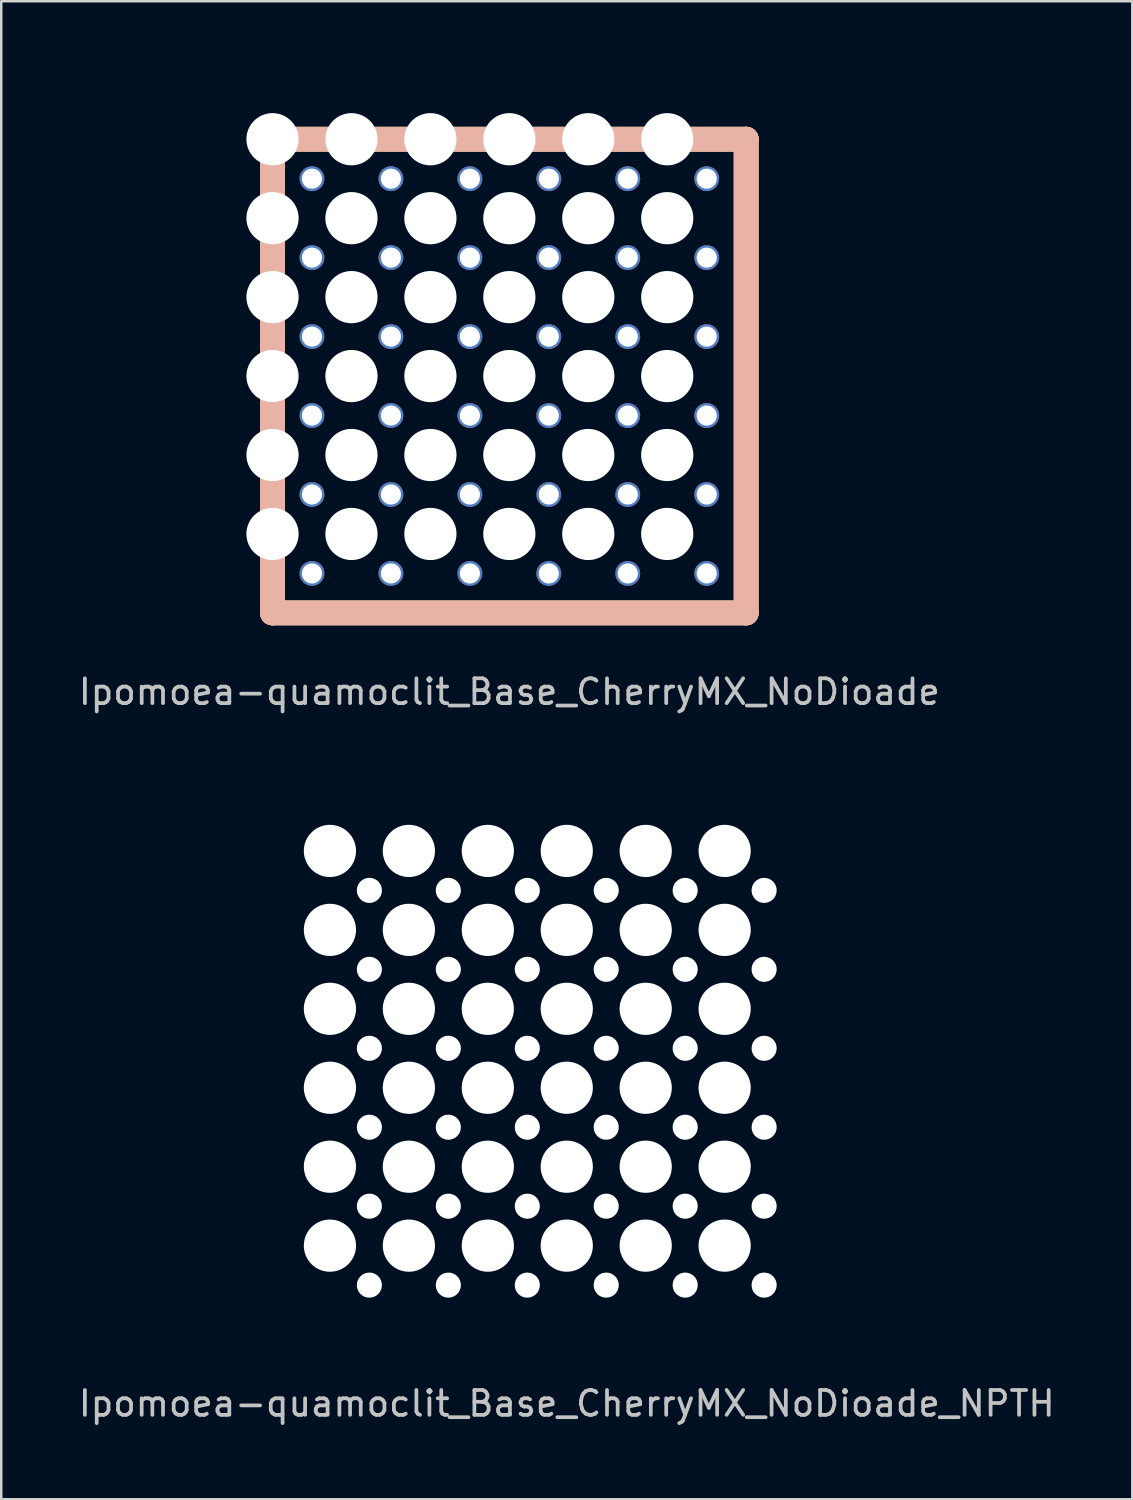
<source format=kicad_pcb>
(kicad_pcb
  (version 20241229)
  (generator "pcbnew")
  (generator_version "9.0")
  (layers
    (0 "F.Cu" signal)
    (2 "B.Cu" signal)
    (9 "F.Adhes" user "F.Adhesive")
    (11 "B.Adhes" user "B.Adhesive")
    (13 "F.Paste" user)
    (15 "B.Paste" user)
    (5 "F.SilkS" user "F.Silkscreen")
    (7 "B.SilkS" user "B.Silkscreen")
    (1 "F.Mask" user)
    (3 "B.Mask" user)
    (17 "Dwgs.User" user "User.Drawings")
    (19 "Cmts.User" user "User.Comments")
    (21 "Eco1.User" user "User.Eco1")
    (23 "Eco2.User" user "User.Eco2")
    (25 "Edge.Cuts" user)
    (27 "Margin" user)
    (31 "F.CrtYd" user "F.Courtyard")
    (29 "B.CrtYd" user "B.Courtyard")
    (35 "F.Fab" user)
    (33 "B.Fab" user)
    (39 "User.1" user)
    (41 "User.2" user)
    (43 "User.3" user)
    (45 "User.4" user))
  (footprint "Ipomoea-quamoclit_Base_CherryMX_NoDioade_NPTH"
    (layer "F.Cu")
    (at 19.744 40.698)
    (property "Reference" "Ipomoea-quamoclit_Base_CherryMX_NoDioade_NPTH" (at 0 12.7 0) (layer "Dwgs.User") (effects (font (size 1 1) (thickness 0.15))))
    (attr through_hole)
    (fp_line (start -12 -12) (end -12 12) (stroke (width 0.15) (type solid)) (layer "Eco1.User"))
    (fp_line (start -12 -12) (end 12 -12) (stroke (width 0.15) (type solid)) (layer "Eco1.User"))
    (fp_line (start -12 12) (end 12 12) (stroke (width 0.15) (type solid)) (layer "Eco1.User"))
    (fp_line (start -7 -7) (end -7 7) (stroke (width 0.15) (type solid)) (layer "Eco1.User"))
    (fp_line (start -7 -7) (end 7 -7) (stroke (width 0.15) (type solid)) (layer "Eco1.User"))
    (fp_line (start -7 7) (end 7 7) (stroke (width 0.15) (type solid)) (layer "Eco1.User"))
    (fp_line (start 7 7) (end 7 -7) (stroke (width 0.15) (type solid)) (layer "Eco1.User"))
    (fp_line (start 12 12) (end 12 -12) (stroke (width 0.15) (type solid)) (layer "Eco1.User"))
    (pad "" np_thru_hole circle (at -9.525 -9.525) (size 2.1 2.1) (drill 2.1) (layers "*.Cu" "*.Mask"))
    (pad "" np_thru_hole circle (at -9.525 -6.35) (size 2.1 2.1) (drill 2.1) (layers "*.Cu" "*.Mask"))
    (pad "" np_thru_hole circle (at -9.525 -3.175) (size 2.1 2.1) (drill 2.1) (layers "*.Cu" "*.Mask"))
    (pad "" np_thru_hole circle (at -9.525 0) (size 2.1 2.1) (drill 2.1) (layers "*.Cu" "*.Mask"))
    (pad "" np_thru_hole circle (at -9.525 3.175) (size 2.1 2.1) (drill 2.1) (layers "*.Cu" "*.Mask"))
    (pad "" np_thru_hole circle (at -9.525 6.35) (size 2.1 2.1) (drill 2.1) (layers "*.Cu" "*.Mask"))
    (pad "" np_thru_hole circle (at -7.938 -7.938) (size 1.01 1.01) (drill 1.01) (layers "*.Cu" "*.Mask"))
    (pad "" np_thru_hole circle (at -7.938 -4.763) (size 1.01 1.01) (drill 1.01) (layers "*.Cu" "*.Mask"))
    (pad "" np_thru_hole circle (at -7.938 -1.587) (size 1.01 1.01) (drill 1.01) (layers "*.Cu" "*.Mask"))
    (pad "" np_thru_hole circle (at -7.938 1.587) (size 1.01 1.01) (drill 1.01) (layers "*.Cu" "*.Mask"))
    (pad "" np_thru_hole circle (at -7.938 4.763) (size 1.01 1.01) (drill 1.01) (layers "*.Cu" "*.Mask"))
    (pad "" np_thru_hole circle (at -7.938 7.938) (size 1.01 1.01) (drill 1.01) (layers "*.Cu" "*.Mask"))
    (pad "" np_thru_hole circle (at -6.35 -9.525) (size 2.1 2.1) (drill 2.1) (layers "*.Cu" "*.Mask"))
    (pad "" np_thru_hole circle (at -6.35 -6.35) (size 2.1 2.1) (drill 2.1) (layers "*.Cu" "*.Mask"))
    (pad "" np_thru_hole circle (at -6.35 -3.175) (size 2.1 2.1) (drill 2.1) (layers "*.Cu" "*.Mask"))
    (pad "" np_thru_hole circle (at -6.35 0) (size 2.1 2.1) (drill 2.1) (layers "*.Cu" "*.Mask"))
    (pad "" np_thru_hole circle (at -6.35 3.175) (size 2.1 2.1) (drill 2.1) (layers "*.Cu" "*.Mask"))
    (pad "" np_thru_hole circle (at -6.35 6.35) (size 2.1 2.1) (drill 2.1) (layers "*.Cu" "*.Mask"))
    (pad "" np_thru_hole circle (at -4.763 -7.938) (size 1.01 1.01) (drill 1.01) (layers "*.Cu" "*.Mask"))
    (pad "" np_thru_hole circle (at -4.763 -4.763) (size 1.01 1.01) (drill 1.01) (layers "*.Cu" "*.Mask"))
    (pad "" np_thru_hole circle (at -4.763 -1.587) (size 1.01 1.01) (drill 1.01) (layers "*.Cu" "*.Mask"))
    (pad "" np_thru_hole circle (at -4.763 1.587) (size 1.01 1.01) (drill 1.01) (layers "*.Cu" "*.Mask"))
    (pad "" np_thru_hole circle (at -4.763 4.763) (size 1.01 1.01) (drill 1.01) (layers "*.Cu" "*.Mask"))
    (pad "" np_thru_hole circle (at -4.763 7.938) (size 1.01 1.01) (drill 1.01) (layers "*.Cu" "*.Mask"))
    (pad "" np_thru_hole circle (at -3.175 -9.525) (size 2.1 2.1) (drill 2.1) (layers "*.Cu" "*.Mask"))
    (pad "" np_thru_hole circle (at -3.175 -6.35) (size 2.1 2.1) (drill 2.1) (layers "*.Cu" "*.Mask"))
    (pad "" np_thru_hole circle (at -3.175 -3.175) (size 2.1 2.1) (drill 2.1) (layers "*.Cu" "*.Mask"))
    (pad "" np_thru_hole circle (at -3.175 0) (size 2.1 2.1) (drill 2.1) (layers "*.Cu" "*.Mask"))
    (pad "" np_thru_hole circle (at -3.175 3.175) (size 2.1 2.1) (drill 2.1) (layers "*.Cu" "*.Mask"))
    (pad "" np_thru_hole circle (at -3.175 6.35) (size 2.1 2.1) (drill 2.1) (layers "*.Cu" "*.Mask"))
    (pad "" np_thru_hole circle (at -1.587 -7.938) (size 1.01 1.01) (drill 1.01) (layers "*.Cu" "*.Mask"))
    (pad "" np_thru_hole circle (at -1.587 -4.763) (size 1.01 1.01) (drill 1.01) (layers "*.Cu" "*.Mask"))
    (pad "" np_thru_hole circle (at -1.587 -1.587) (size 1.01 1.01) (drill 1.01) (layers "*.Cu" "*.Mask"))
    (pad "" np_thru_hole circle (at -1.587 1.587) (size 1.01 1.01) (drill 1.01) (layers "*.Cu" "*.Mask"))
    (pad "" np_thru_hole circle (at -1.587 4.763) (size 1.01 1.01) (drill 1.01) (layers "*.Cu" "*.Mask"))
    (pad "" np_thru_hole circle (at -1.587 7.938) (size 1.01 1.01) (drill 1.01) (layers "*.Cu" "*.Mask"))
    (pad "" np_thru_hole circle (at 0 -9.525) (size 2.1 2.1) (drill 2.1) (layers "*.Cu" "*.Mask"))
    (pad "" np_thru_hole circle (at 0 -6.35) (size 2.1 2.1) (drill 2.1) (layers "*.Cu" "*.Mask"))
    (pad "" np_thru_hole circle (at 0 -3.175) (size 2.1 2.1) (drill 2.1) (layers "*.Cu" "*.Mask"))
    (pad "" np_thru_hole circle (at 0 0) (size 2.1 2.1) (drill 2.1) (layers "*.Cu" "*.Mask"))
    (pad "" np_thru_hole circle (at 0 3.175) (size 2.1 2.1) (drill 2.1) (layers "*.Cu" "*.Mask"))
    (pad "" np_thru_hole circle (at 0 6.35) (size 2.1 2.1) (drill 2.1) (layers "*.Cu" "*.Mask"))
    (pad "" np_thru_hole circle (at 1.587 -7.938) (size 1.01 1.01) (drill 1.01) (layers "*.Cu" "*.Mask"))
    (pad "" np_thru_hole circle (at 1.587 -4.763) (size 1.01 1.01) (drill 1.01) (layers "*.Cu" "*.Mask"))
    (pad "" np_thru_hole circle (at 1.587 -1.587) (size 1.01 1.01) (drill 1.01) (layers "*.Cu" "*.Mask"))
    (pad "" np_thru_hole circle (at 1.587 1.587) (size 1.01 1.01) (drill 1.01) (layers "*.Cu" "*.Mask"))
    (pad "" np_thru_hole circle (at 1.587 4.763) (size 1.01 1.01) (drill 1.01) (layers "*.Cu" "*.Mask"))
    (pad "" np_thru_hole circle (at 1.587 7.938) (size 1.01 1.01) (drill 1.01) (layers "*.Cu" "*.Mask"))
    (pad "" np_thru_hole circle (at 3.175 -9.525) (size 2.1 2.1) (drill 2.1) (layers "*.Cu" "*.Mask"))
    (pad "" np_thru_hole circle (at 3.175 -6.35) (size 2.1 2.1) (drill 2.1) (layers "*.Cu" "*.Mask"))
    (pad "" np_thru_hole circle (at 3.175 -3.175) (size 2.1 2.1) (drill 2.1) (layers "*.Cu" "*.Mask"))
    (pad "" np_thru_hole circle (at 3.175 0) (size 2.1 2.1) (drill 2.1) (layers "*.Cu" "*.Mask"))
    (pad "" np_thru_hole circle (at 3.175 3.175) (size 2.1 2.1) (drill 2.1) (layers "*.Cu" "*.Mask"))
    (pad "" np_thru_hole circle (at 3.175 6.35) (size 2.1 2.1) (drill 2.1) (layers "*.Cu" "*.Mask"))
    (pad "" np_thru_hole circle (at 4.763 -7.938) (size 1.01 1.01) (drill 1.01) (layers "*.Cu" "*.Mask"))
    (pad "" np_thru_hole circle (at 4.763 -4.763) (size 1.01 1.01) (drill 1.01) (layers "*.Cu" "*.Mask"))
    (pad "" np_thru_hole circle (at 4.763 -1.587) (size 1.01 1.01) (drill 1.01) (layers "*.Cu" "*.Mask"))
    (pad "" np_thru_hole circle (at 4.763 1.587) (size 1.01 1.01) (drill 1.01) (layers "*.Cu" "*.Mask"))
    (pad "" np_thru_hole circle (at 4.763 4.763) (size 1.01 1.01) (drill 1.01) (layers "*.Cu" "*.Mask"))
    (pad "" np_thru_hole circle (at 4.763 7.938) (size 1.01 1.01) (drill 1.01) (layers "*.Cu" "*.Mask"))
    (pad "" np_thru_hole circle (at 6.35 -9.525) (size 2.1 2.1) (drill 2.1) (layers "*.Cu" "*.Mask"))
    (pad "" np_thru_hole circle (at 6.35 -6.35) (size 2.1 2.1) (drill 2.1) (layers "*.Cu" "*.Mask"))
    (pad "" np_thru_hole circle (at 6.35 -3.175) (size 2.1 2.1) (drill 2.1) (layers "*.Cu" "*.Mask"))
    (pad "" np_thru_hole circle (at 6.35 0) (size 2.1 2.1) (drill 2.1) (layers "*.Cu" "*.Mask"))
    (pad "" np_thru_hole circle (at 6.35 3.175) (size 2.1 2.1) (drill 2.1) (layers "*.Cu" "*.Mask"))
    (pad "" np_thru_hole circle (at 6.35 6.35) (size 2.1 2.1) (drill 2.1) (layers "*.Cu" "*.Mask"))
    (pad "" np_thru_hole circle (at 7.938 -7.938) (size 1.01 1.01) (drill 1.01) (layers "*.Cu" "*.Mask"))
    (pad "" np_thru_hole circle (at 7.938 -4.763) (size 1.01 1.01) (drill 1.01) (layers "*.Cu" "*.Mask"))
    (pad "" np_thru_hole circle (at 7.938 -1.587) (size 1.01 1.01) (drill 1.01) (layers "*.Cu" "*.Mask"))
    (pad "" np_thru_hole circle (at 7.938 1.587) (size 1.01 1.01) (drill 1.01) (layers "*.Cu" "*.Mask"))
    (pad "" np_thru_hole circle (at 7.938 4.763) (size 1.01 1.01) (drill 1.01) (layers "*.Cu" "*.Mask"))
    (pad "" np_thru_hole circle (at 7.938 7.938) (size 1.01 1.01) (drill 1.01) (layers "*.Cu" "*.Mask")))
  (footprint "Ipomoea-quamoclit_Base_CherryMX_NoDioade"
    (layer "F.Cu")
    (at 17.435 12.075)
    (property "Reference" "Ipomoea-quamoclit_Base_CherryMX_NoDioade" (at 0 12.7 0) (layer "Dwgs.User") (effects (font (size 1 1) (thickness 0.15))))
    (attr through_hole)
    (fp_line (start -9.525 -9.525) (end 9.525 -9.525) (stroke (width 1) (type solid)) (layer "F.SilkS"))
    (fp_line (start -9.525 9.525) (end -9.525 -9.525) (stroke (width 1) (type solid)) (layer "F.SilkS"))
    (fp_line (start -9.525 9.525) (end 9.525 9.525) (stroke (width 1) (type solid)) (layer "F.SilkS"))
    (fp_line (start 9.525 9.525) (end 9.525 -9.525) (stroke (width 1) (type solid)) (layer "F.SilkS"))
    (fp_line (start -9.525 -9.525) (end -9.525 9.525) (stroke (width 1) (type solid)) (layer "B.SilkS"))
    (fp_line (start -9.525 -9.525) (end 9.525 -9.525) (stroke (width 1) (type solid)) (layer "B.SilkS"))
    (fp_line (start -9.525 9.525) (end 9.525 9.525) (stroke (width 1) (type solid)) (layer "B.SilkS"))
    (fp_line (start 9.525 -9.525) (end 9.525 9.525) (stroke (width 1) (type solid)) (layer "B.SilkS"))
    (fp_line (start -12 -12) (end -12 12) (stroke (width 0.15) (type solid)) (layer "Eco1.User"))
    (fp_line (start -12 -12) (end 12 -12) (stroke (width 0.15) (type solid)) (layer "Eco1.User"))
    (fp_line (start -12 12) (end 12 12) (stroke (width 0.15) (type solid)) (layer "Eco1.User"))
    (fp_line (start -7 -7) (end -7 7) (stroke (width 0.15) (type solid)) (layer "Eco1.User"))
    (fp_line (start -7 -7) (end 7 -7) (stroke (width 0.15) (type solid)) (layer "Eco1.User"))
    (fp_line (start -7 7) (end 7 7) (stroke (width 0.15) (type solid)) (layer "Eco1.User"))
    (fp_line (start 7 7) (end 7 -7) (stroke (width 0.15) (type solid)) (layer "Eco1.User"))
    (fp_line (start 12 12) (end 12 -12) (stroke (width 0.15) (type solid)) (layer "Eco1.User"))
    (pad "" np_thru_hole circle (at -9.525 -9.525) (size 2.1 2.1) (drill 2.1) (layers "*.Cu" "*.Mask"))
    (pad "" np_thru_hole circle (at -9.525 -6.35) (size 2.1 2.1) (drill 2.1) (layers "*.Cu" "*.Mask"))
    (pad "" np_thru_hole circle (at -9.525 -3.175) (size 2.1 2.1) (drill 2.1) (layers "*.Cu" "*.Mask"))
    (pad "" np_thru_hole circle (at -9.525 0) (size 2.1 2.1) (drill 2.1) (layers "*.Cu" "*.Mask"))
    (pad "" np_thru_hole circle (at -9.525 3.175) (size 2.1 2.1) (drill 2.1) (layers "*.Cu" "*.Mask"))
    (pad "" np_thru_hole circle (at -9.525 6.35) (size 2.1 2.1) (drill 2.1) (layers "*.Cu" "*.Mask"))
    (pad "" np_thru_hole circle (at -6.35 -9.525) (size 2.1 2.1) (drill 2.1) (layers "*.Cu" "*.Mask"))
    (pad "" np_thru_hole circle (at -6.35 -6.35) (size 2.1 2.1) (drill 2.1) (layers "*.Cu" "*.Mask"))
    (pad "" np_thru_hole circle (at -6.35 -3.175) (size 2.1 2.1) (drill 2.1) (layers "*.Cu" "*.Mask"))
    (pad "" np_thru_hole circle (at -6.35 0) (size 2.1 2.1) (drill 2.1) (layers "*.Cu" "*.Mask"))
    (pad "" np_thru_hole circle (at -6.35 3.175) (size 2.1 2.1) (drill 2.1) (layers "*.Cu" "*.Mask"))
    (pad "" np_thru_hole circle (at -6.35 6.35) (size 2.1 2.1) (drill 2.1) (layers "*.Cu" "*.Mask"))
    (pad "" np_thru_hole circle (at -3.175 -9.525) (size 2.1 2.1) (drill 2.1) (layers "*.Cu" "*.Mask"))
    (pad "" np_thru_hole circle (at -3.175 -6.35) (size 2.1 2.1) (drill 2.1) (layers "*.Cu" "*.Mask"))
    (pad "" np_thru_hole circle (at -3.175 -3.175) (size 2.1 2.1) (drill 2.1) (layers "*.Cu" "*.Mask"))
    (pad "" np_thru_hole circle (at -3.175 0) (size 2.1 2.1) (drill 2.1) (layers "*.Cu" "*.Mask"))
    (pad "" np_thru_hole circle (at -3.175 3.175) (size 2.1 2.1) (drill 2.1) (layers "*.Cu" "*.Mask"))
    (pad "" np_thru_hole circle (at -3.175 6.35) (size 2.1 2.1) (drill 2.1) (layers "*.Cu" "*.Mask"))
    (pad "" np_thru_hole circle (at 0 -9.525) (size 2.1 2.1) (drill 2.1) (layers "*.Cu" "*.Mask"))
    (pad "" np_thru_hole circle (at 0 -6.35) (size 2.1 2.1) (drill 2.1) (layers "*.Cu" "*.Mask"))
    (pad "" np_thru_hole circle (at 0 -3.175) (size 2.1 2.1) (drill 2.1) (layers "*.Cu" "*.Mask"))
    (pad "" np_thru_hole circle (at 0 0) (size 2.1 2.1) (drill 2.1) (layers "*.Cu" "*.Mask"))
    (pad "" np_thru_hole circle (at 0 3.175) (size 2.1 2.1) (drill 2.1) (layers "*.Cu" "*.Mask"))
    (pad "" np_thru_hole circle (at 0 6.35) (size 2.1 2.1) (drill 2.1) (layers "*.Cu" "*.Mask"))
    (pad "" np_thru_hole circle (at 3.175 -9.525) (size 2.1 2.1) (drill 2.1) (layers "*.Cu" "*.Mask"))
    (pad "" np_thru_hole circle (at 3.175 -6.35) (size 2.1 2.1) (drill 2.1) (layers "*.Cu" "*.Mask"))
    (pad "" np_thru_hole circle (at 3.175 -3.175) (size 2.1 2.1) (drill 2.1) (layers "*.Cu" "*.Mask"))
    (pad "" np_thru_hole circle (at 3.175 0) (size 2.1 2.1) (drill 2.1) (layers "*.Cu" "*.Mask"))
    (pad "" np_thru_hole circle (at 3.175 3.175) (size 2.1 2.1) (drill 2.1) (layers "*.Cu" "*.Mask"))
    (pad "" np_thru_hole circle (at 3.175 6.35) (size 2.1 2.1) (drill 2.1) (layers "*.Cu" "*.Mask"))
    (pad "" np_thru_hole circle (at 6.35 -9.525) (size 2.1 2.1) (drill 2.1) (layers "*.Cu" "*.Mask"))
    (pad "" np_thru_hole circle (at 6.35 -6.35) (size 2.1 2.1) (drill 2.1) (layers "*.Cu" "*.Mask"))
    (pad "" np_thru_hole circle (at 6.35 -3.175) (size 2.1 2.1) (drill 2.1) (layers "*.Cu" "*.Mask"))
    (pad "" np_thru_hole circle (at 6.35 0) (size 2.1 2.1) (drill 2.1) (layers "*.Cu" "*.Mask"))
    (pad "" np_thru_hole circle (at 6.35 3.175) (size 2.1 2.1) (drill 2.1) (layers "*.Cu" "*.Mask"))
    (pad "" np_thru_hole circle (at 6.35 6.35) (size 2.1 2.1) (drill 2.1) (layers "*.Cu" "*.Mask"))
    (pad "1" thru_hole circle (at -7.938 -7.938) (size 1 1) (drill 0.81) (layers "*.Cu" "*.Mask"))
    (pad "1" thru_hole circle (at -7.938 -4.763) (size 1 1) (drill 0.81) (layers "*.Cu" "*.Mask"))
    (pad "1" thru_hole circle (at -7.938 -1.587) (size 1 1) (drill 0.81) (layers "*.Cu" "*.Mask"))
    (pad "1" thru_hole circle (at -7.938 1.587) (size 1 1) (drill 0.81) (layers "*.Cu" "*.Mask"))
    (pad "1" thru_hole circle (at -7.938 4.763) (size 1 1) (drill 0.81) (layers "*.Cu" "*.Mask"))
    (pad "1" thru_hole circle (at -7.938 7.938) (size 1 1) (drill 0.81) (layers "*.Cu" "*.Mask"))
    (pad "1" thru_hole circle (at -1.587 -7.938) (size 1 1) (drill 0.81) (layers "*.Cu" "*.Mask"))
    (pad "1" thru_hole circle (at -1.587 -4.763) (size 1 1) (drill 0.81) (layers "*.Cu" "*.Mask"))
    (pad "1" thru_hole circle (at -1.587 -1.587) (size 1 1) (drill 0.81) (layers "*.Cu" "*.Mask"))
    (pad "1" thru_hole circle (at -1.587 1.587) (size 1 1) (drill 0.81) (layers "*.Cu" "*.Mask"))
    (pad "1" thru_hole circle (at -1.587 4.763) (size 1 1) (drill 0.81) (layers "*.Cu" "*.Mask"))
    (pad "1" thru_hole circle (at -1.587 7.938) (size 1 1) (drill 0.81) (layers "*.Cu" "*.Mask"))
    (pad "1" thru_hole circle (at 4.763 -7.938) (size 1 1) (drill 0.81) (layers "*.Cu" "*.Mask"))
    (pad "1" thru_hole circle (at 4.763 -4.763) (size 1 1) (drill 0.81) (layers "*.Cu" "*.Mask"))
    (pad "1" thru_hole circle (at 4.763 -1.587) (size 1 1) (drill 0.81) (layers "*.Cu" "*.Mask"))
    (pad "1" thru_hole circle (at 4.763 1.587) (size 1 1) (drill 0.81) (layers "*.Cu" "*.Mask"))
    (pad "1" thru_hole circle (at 4.763 4.763) (size 1 1) (drill 0.81) (layers "*.Cu" "*.Mask"))
    (pad "1" thru_hole circle (at 4.763 7.938) (size 1 1) (drill 0.81) (layers "*.Cu" "*.Mask"))
    (pad "2" thru_hole circle (at -4.763 -7.938) (size 1 1) (drill 0.81) (layers "*.Cu" "*.Mask"))
    (pad "2" thru_hole circle (at -4.763 -4.763) (size 1 1) (drill 0.81) (layers "*.Cu" "*.Mask"))
    (pad "2" thru_hole circle (at -4.763 -1.587) (size 1 1) (drill 0.81) (layers "*.Cu" "*.Mask"))
    (pad "2" thru_hole circle (at -4.763 1.587) (size 1 1) (drill 0.81) (layers "*.Cu" "*.Mask"))
    (pad "2" thru_hole circle (at -4.763 4.763) (size 1 1) (drill 0.81) (layers "*.Cu" "*.Mask"))
    (pad "2" thru_hole circle (at -4.763 7.938) (size 1 1) (drill 0.81) (layers "*.Cu" "*.Mask"))
    (pad "2" thru_hole circle (at 1.587 -7.938) (size 1 1) (drill 0.81) (layers "*.Cu" "*.Mask"))
    (pad "2" thru_hole circle (at 1.587 -4.763) (size 1 1) (drill 0.81) (layers "*.Cu" "*.Mask"))
    (pad "2" thru_hole circle (at 1.587 -1.587) (size 1 1) (drill 0.81) (layers "*.Cu" "*.Mask"))
    (pad "2" thru_hole circle (at 1.587 1.587) (size 1 1) (drill 0.81) (layers "*.Cu" "*.Mask"))
    (pad "2" thru_hole circle (at 1.587 4.763) (size 1 1) (drill 0.81) (layers "*.Cu" "*.Mask"))
    (pad "2" thru_hole circle (at 1.587 7.938) (size 1 1) (drill 0.81) (layers "*.Cu" "*.Mask"))
    (pad "2" thru_hole circle (at 7.938 -7.938) (size 1 1) (drill 0.81) (layers "*.Cu" "*.Mask"))
    (pad "2" thru_hole circle (at 7.938 -4.763) (size 1 1) (drill 0.81) (layers "*.Cu" "*.Mask"))
    (pad "2" thru_hole circle (at 7.938 -1.587) (size 1 1) (drill 0.81) (layers "*.Cu" "*.Mask"))
    (pad "2" thru_hole circle (at 7.938 1.587) (size 1 1) (drill 0.81) (layers "*.Cu" "*.Mask"))
    (pad "2" thru_hole circle (at 7.938 4.763) (size 1 1) (drill 0.81) (layers "*.Cu" "*.Mask"))
    (pad "2" thru_hole circle (at 7.938 7.938) (size 1 1) (drill 0.81) (layers "*.Cu" "*.Mask")))
  (gr_rect
    (start -3 -3)
    (end 42.488 57.246)
    (stroke (width 0.1) (type default))
    (fill no)
    (layer "Edge.Cuts")))
</source>
